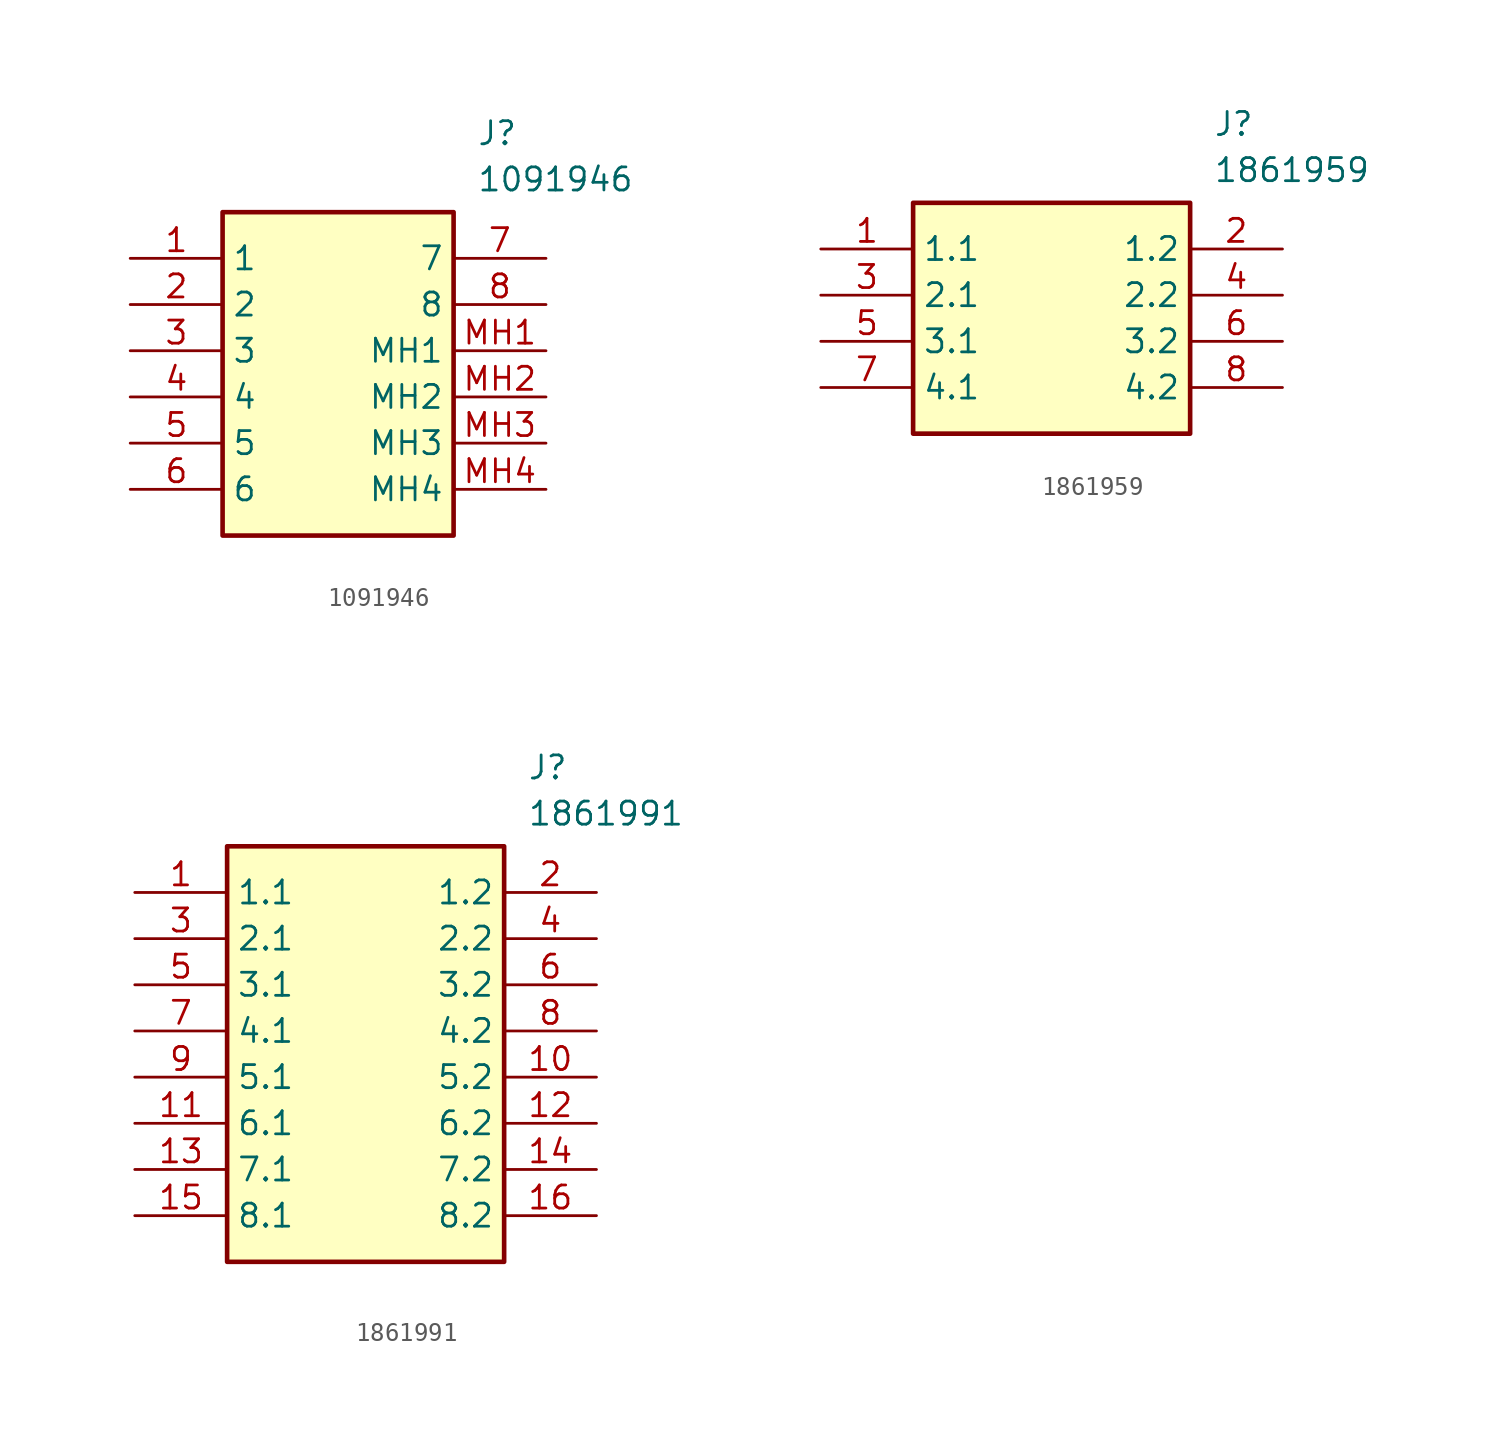
<source format=kicad_sym>
(kicad_symbol_lib
  (version 20220914)
  (generator kicad_symbol_editor)
  (symbol "1091946"
    (property "Reference" "J"
      (at 19.05 7.62 0)
      (effects (font (size 1.27 1.27)) (justify left top)))
    (property "Value" "1091946"
      (at 19.05 5.08 0)
      (effects (font (size 1.27 1.27)) (justify left top)))
    (symbol "1091946_1_1"
      (rectangle (start 5.08 2.54) (end 17.78 -15.24) (stroke (width 0.254) (type default)) (fill (type background)))
      (pin passive line (at 0 0 0) (length 5.08) (name "1" (effects (font (size 1.27 1.27)))) (number "1" (effects (font (size 1.27 1.27)))))
      (pin passive line (at 0 -2.54 0) (length 5.08) (name "2" (effects (font (size 1.27 1.27)))) (number "2" (effects (font (size 1.27 1.27)))))
      (pin passive line (at 0 -5.08 0) (length 5.08) (name "3" (effects (font (size 1.27 1.27)))) (number "3" (effects (font (size 1.27 1.27)))))
      (pin passive line (at 0 -7.62 0) (length 5.08) (name "4" (effects (font (size 1.27 1.27)))) (number "4" (effects (font (size 1.27 1.27)))))
      (pin passive line (at 0 -10.16 0) (length 5.08) (name "5" (effects (font (size 1.27 1.27)))) (number "5" (effects (font (size 1.27 1.27)))))
      (pin passive line (at 0 -12.7 0) (length 5.08) (name "6" (effects (font (size 1.27 1.27)))) (number "6" (effects (font (size 1.27 1.27)))))
      (pin passive line (at 22.86 0 180) (length 5.08) (name "7" (effects (font (size 1.27 1.27)))) (number "7" (effects (font (size 1.27 1.27)))))
      (pin passive line (at 22.86 -2.54 180) (length 5.08) (name "8" (effects (font (size 1.27 1.27)))) (number "8" (effects (font (size 1.27 1.27)))))
      (pin passive line (at 22.86 -5.08 180) (length 5.08) (name "MH1" (effects (font (size 1.27 1.27)))) (number "MH1" (effects (font (size 1.27 1.27)))))
      (pin passive line (at 22.86 -7.62 180) (length 5.08) (name "MH2" (effects (font (size 1.27 1.27)))) (number "MH2" (effects (font (size 1.27 1.27)))))
      (pin passive line (at 22.86 -10.16 180) (length 5.08) (name "MH3" (effects (font (size 1.27 1.27)))) (number "MH3" (effects (font (size 1.27 1.27)))))
      (pin passive line (at 22.86 -12.7 180) (length 5.08) (name "MH4" (effects (font (size 1.27 1.27)))) (number "MH4" (effects (font (size 1.27 1.27)))))))
  (symbol "1861959"
    (property "Reference" "J"
      (at 21.59 7.62 0)
      (effects (font (size 1.27 1.27)) (justify left top)))
    (property "Value" "1861959"
      (at 21.59 5.08 0)
      (effects (font (size 1.27 1.27)) (justify left top)))
    (symbol "1861959_1_1"
      (rectangle (start 5.08 2.54) (end 20.32 -10.16) (stroke (width 0.254) (type default)) (fill (type background)))
      (pin passive line (at 0 0 0) (length 5.08) (name "1.1" (effects (font (size 1.27 1.27)))) (number "1" (effects (font (size 1.27 1.27)))))
      (pin passive line (at 25.4 0 180) (length 5.08) (name "1.2" (effects (font (size 1.27 1.27)))) (number "2" (effects (font (size 1.27 1.27)))))
      (pin passive line (at 0 -2.54 0) (length 5.08) (name "2.1" (effects (font (size 1.27 1.27)))) (number "3" (effects (font (size 1.27 1.27)))))
      (pin passive line (at 25.4 -2.54 180) (length 5.08) (name "2.2" (effects (font (size 1.27 1.27)))) (number "4" (effects (font (size 1.27 1.27)))))
      (pin passive line (at 0 -5.08 0) (length 5.08) (name "3.1" (effects (font (size 1.27 1.27)))) (number "5" (effects (font (size 1.27 1.27)))))
      (pin passive line (at 25.4 -5.08 180) (length 5.08) (name "3.2" (effects (font (size 1.27 1.27)))) (number "6" (effects (font (size 1.27 1.27)))))
      (pin passive line (at 0 -7.62 0) (length 5.08) (name "4.1" (effects (font (size 1.27 1.27)))) (number "7" (effects (font (size 1.27 1.27)))))
      (pin passive line (at 25.4 -7.62 180) (length 5.08) (name "4.2" (effects (font (size 1.27 1.27)))) (number "8" (effects (font (size 1.27 1.27)))))))
  (symbol "1861991"
    (property "Reference" "J"
      (at 21.59 7.62 0)
      (effects (font (size 1.27 1.27)) (justify left top)))
    (property "Value" "1861991"
      (at 21.59 5.08 0)
      (effects (font (size 1.27 1.27)) (justify left top)))
    (symbol "1861991_1_1"
      (rectangle (start 5.08 2.54) (end 20.32 -20.32) (stroke (width 0.254) (type default)) (fill (type background)))
      (pin passive line (at 0 0 0) (length 5.08) (name "1.1" (effects (font (size 1.27 1.27)))) (number "1" (effects (font (size 1.27 1.27)))))
      (pin passive line (at 25.4 -10.16 180) (length 5.08) (name "5.2" (effects (font (size 1.27 1.27)))) (number "10" (effects (font (size 1.27 1.27)))))
      (pin passive line (at 0 -12.7 0) (length 5.08) (name "6.1" (effects (font (size 1.27 1.27)))) (number "11" (effects (font (size 1.27 1.27)))))
      (pin passive line (at 25.4 -12.7 180) (length 5.08) (name "6.2" (effects (font (size 1.27 1.27)))) (number "12" (effects (font (size 1.27 1.27)))))
      (pin passive line (at 0 -15.24 0) (length 5.08) (name "7.1" (effects (font (size 1.27 1.27)))) (number "13" (effects (font (size 1.27 1.27)))))
      (pin passive line (at 25.4 -15.24 180) (length 5.08) (name "7.2" (effects (font (size 1.27 1.27)))) (number "14" (effects (font (size 1.27 1.27)))))
      (pin passive line (at 0 -17.78 0) (length 5.08) (name "8.1" (effects (font (size 1.27 1.27)))) (number "15" (effects (font (size 1.27 1.27)))))
      (pin passive line (at 25.4 -17.78 180) (length 5.08) (name "8.2" (effects (font (size 1.27 1.27)))) (number "16" (effects (font (size 1.27 1.27)))))
      (pin passive line (at 25.4 0 180) (length 5.08) (name "1.2" (effects (font (size 1.27 1.27)))) (number "2" (effects (font (size 1.27 1.27)))))
      (pin passive line (at 0 -2.54 0) (length 5.08) (name "2.1" (effects (font (size 1.27 1.27)))) (number "3" (effects (font (size 1.27 1.27)))))
      (pin passive line (at 25.4 -2.54 180) (length 5.08) (name "2.2" (effects (font (size 1.27 1.27)))) (number "4" (effects (font (size 1.27 1.27)))))
      (pin passive line (at 0 -5.08 0) (length 5.08) (name "3.1" (effects (font (size 1.27 1.27)))) (number "5" (effects (font (size 1.27 1.27)))))
      (pin passive line (at 25.4 -5.08 180) (length 5.08) (name "3.2" (effects (font (size 1.27 1.27)))) (number "6" (effects (font (size 1.27 1.27)))))
      (pin passive line (at 0 -7.62 0) (length 5.08) (name "4.1" (effects (font (size 1.27 1.27)))) (number "7" (effects (font (size 1.27 1.27)))))
      (pin passive line (at 25.4 -7.62 180) (length 5.08) (name "4.2" (effects (font (size 1.27 1.27)))) (number "8" (effects (font (size 1.27 1.27)))))
      (pin passive line (at 0 -10.16 0) (length 5.08) (name "5.1" (effects (font (size 1.27 1.27)))) (number "9" (effects (font (size 1.27 1.27))))))))
</source>
